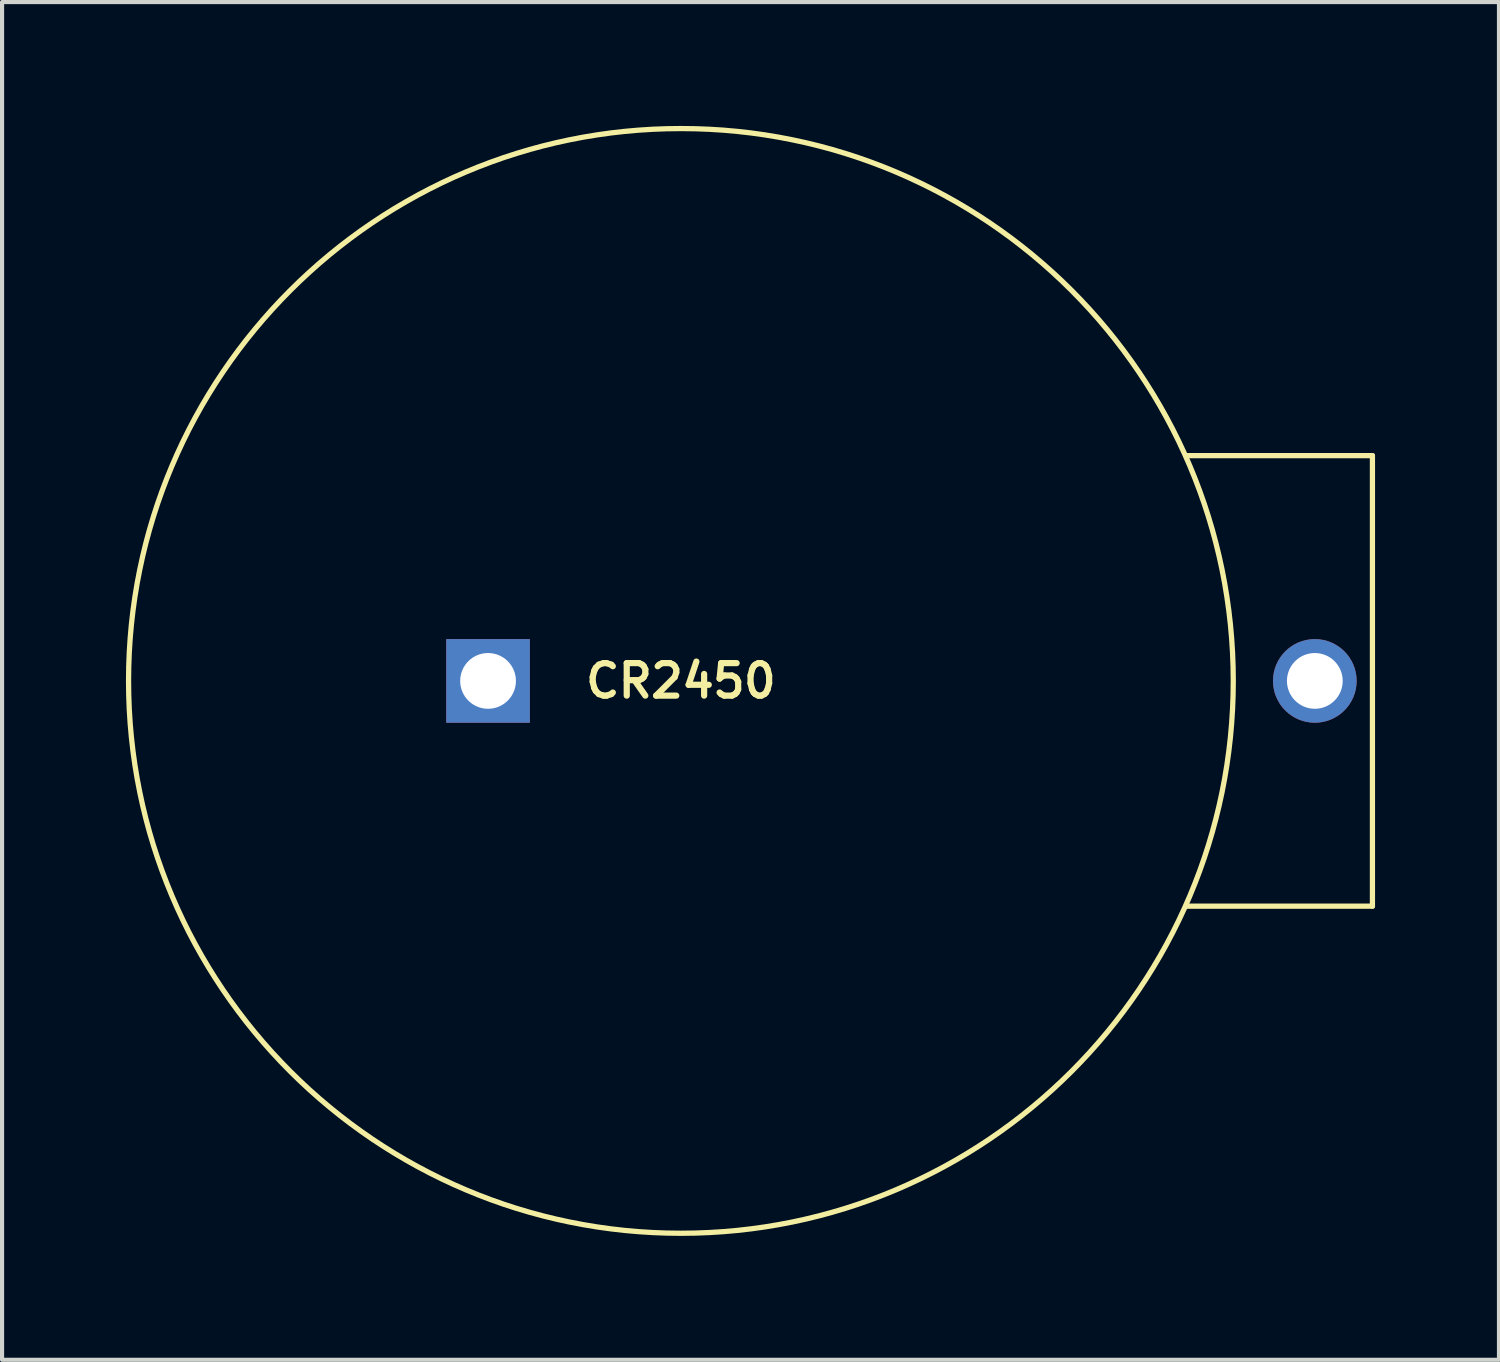
<source format=kicad_pcb>
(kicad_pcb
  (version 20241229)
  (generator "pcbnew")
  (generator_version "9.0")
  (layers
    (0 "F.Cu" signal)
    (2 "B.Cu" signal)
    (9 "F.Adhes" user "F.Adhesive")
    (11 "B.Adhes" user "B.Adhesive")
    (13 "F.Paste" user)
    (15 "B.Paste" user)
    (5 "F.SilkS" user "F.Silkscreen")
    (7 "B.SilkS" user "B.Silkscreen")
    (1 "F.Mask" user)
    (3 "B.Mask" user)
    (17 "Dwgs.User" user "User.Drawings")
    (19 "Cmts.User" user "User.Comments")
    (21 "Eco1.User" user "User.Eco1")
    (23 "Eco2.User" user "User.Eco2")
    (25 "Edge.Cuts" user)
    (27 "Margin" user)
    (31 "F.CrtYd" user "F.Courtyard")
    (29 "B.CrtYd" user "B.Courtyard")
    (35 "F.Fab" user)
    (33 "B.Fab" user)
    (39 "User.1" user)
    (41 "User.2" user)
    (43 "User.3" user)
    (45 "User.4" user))
  (footprint "CR2450"
    (layer "F.Cu")
    (at 13.438 13.438)
    (property "Reference" "CR2450" (at 0 0 0) (layer "F.SilkS") (effects (font (size 0.787 0.787) (thickness 0.15))))
    (attr through_hole)
    (fp_line (start 12.255 -5.455) (end 16.745 -5.455) (stroke (width 0.127) (type solid)) (layer "F.SilkS"))
    (fp_line (start 16.745 -5.455) (end 16.745 5.455) (stroke (width 0.127) (type solid)) (layer "F.SilkS"))
    (fp_line (start 16.745 5.455) (end 12.255 5.455) (stroke (width 0.127) (type solid)) (layer "F.SilkS"))
    (fp_circle (center 0 0) (end 13.375 0) (stroke (width 0.127) (type solid)) (fill no) (layer "F.SilkS"))
    (pad "GND" thru_hole rect (at -4.67 0) (size 2.025 2.025) (drill 1.35) (layers "*.Cu" "*.Mask"))
    (pad "PLUS" thru_hole circle (at 15.35 0) (size 2.025 2.025) (drill 1.35) (layers "*.Cu" "*.Mask")))
  (gr_rect
    (start -3 -3)
    (end 33.247 29.877)
    (stroke (width 0.1) (type default))
    (fill no)
    (layer "Edge.Cuts")))
</source>
